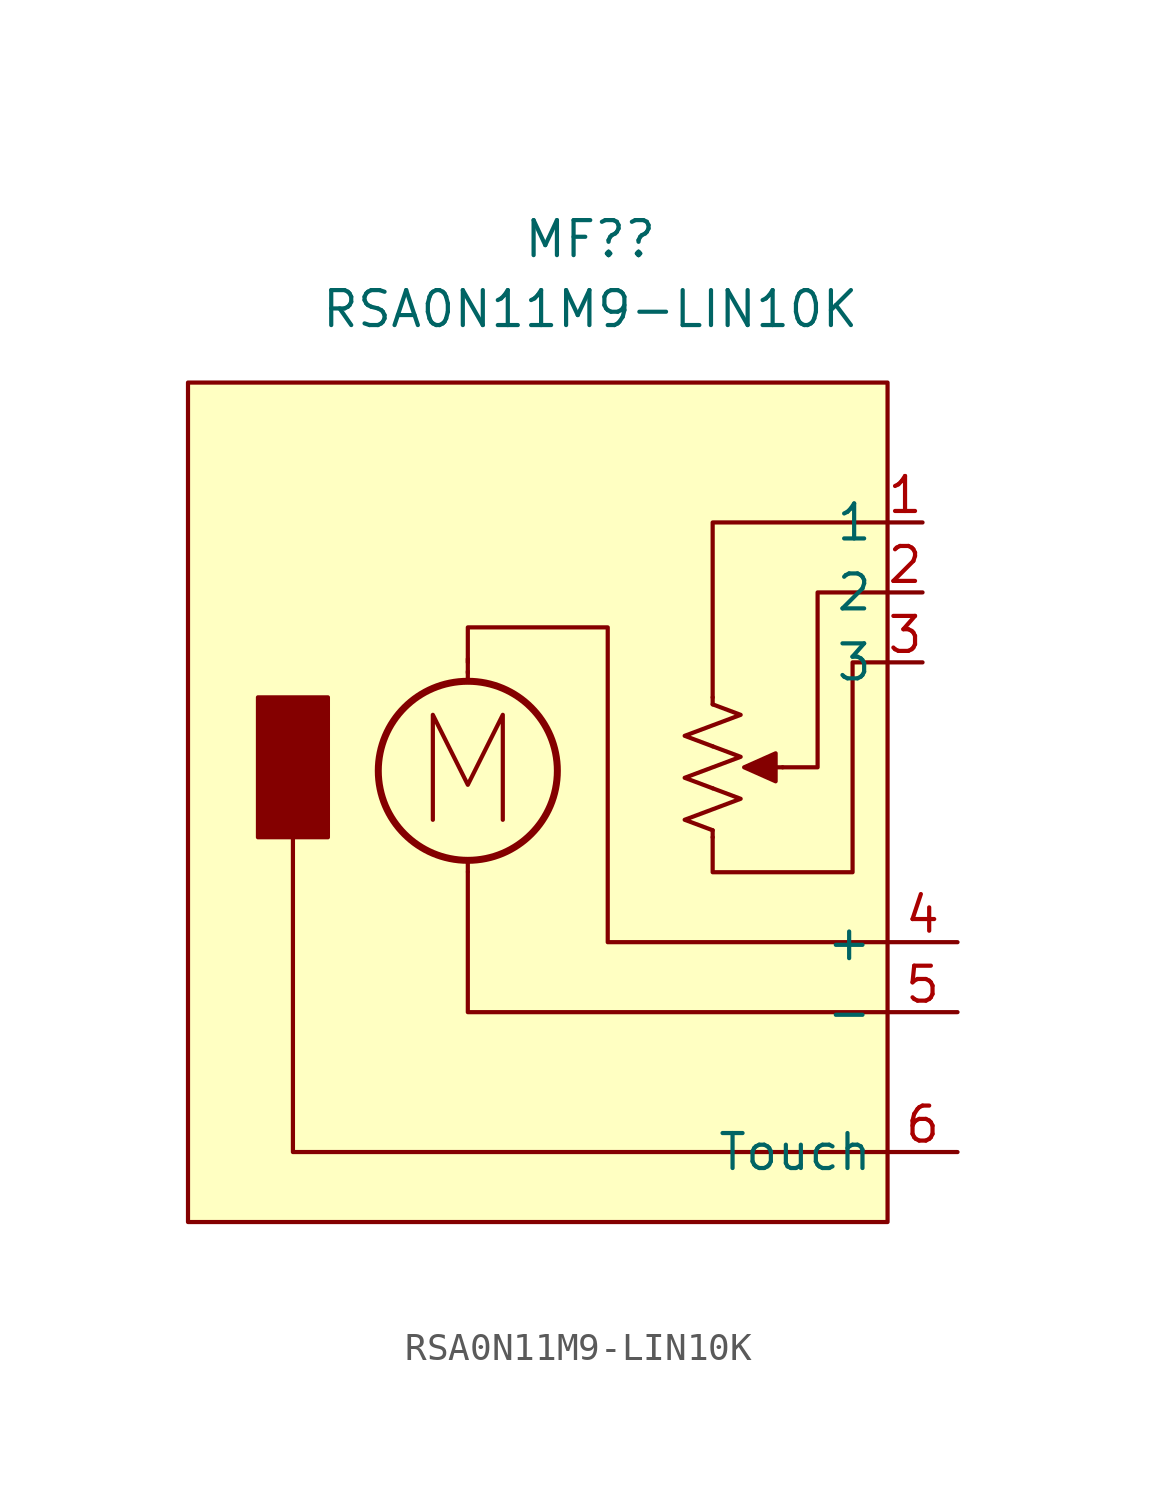
<source format=kicad_sym>
(kicad_symbol_lib
  (version 20211014)
  (generator kicad_symbol_editor)
  (symbol "RSA0N11M9-LIN10K"
    (property "Reference" "MF?"
      (at 3.175 19.177 0)
      (effects (font (size 1.27 1.27))))
    (property "Value" "RSA0N11M9-LIN10K"
      (at 3.175 16.637 0)
      (effects (font (size 1.27 1.27))))
    (symbol "RSA0N11M9-LIN10K_0_0"
      (polyline (pts (xy -2.54 -1.905) (xy -2.54 1.905) (xy -1.27 -0.635) (xy 0 1.905) (xy 0 -1.905)) (stroke (width 0) (type default) (color 0 0 0 0)) (fill (type none))))
    (symbol "RSA0N11M9-LIN10K_0_1"
      (rectangle (start -11.43 13.97) (end 13.97 -16.51) (stroke (width 0) (type default) (color 0 0 0 0)) (fill (type background)))
      (rectangle (start -8.89 2.54) (end -6.35 -2.54) (stroke (width 0) (type default) (color 0 0 0 0)) (fill (type outline)))
      (circle (center -1.27 -0.127) (radius 3.251) (stroke (width 0.254) (type default) (color 0 0 0 0)) (fill (type none)))
      (polyline (pts (xy -1.27 -3.378) (xy -1.27 -3.785)) (stroke (width 0) (type default) (color 0 0 0 0)) (fill (type none)))
      (polyline (pts (xy -1.27 3.124) (xy -1.27 3.48)) (stroke (width 0) (type default) (color 0 0 0 0)) (fill (type none)))
      (polyline (pts (xy -1.27 3.429) (xy -1.27 3.937)) (stroke (width 0) (type default) (color 0 0 0 0)) (fill (type none)))
      (polyline (pts (xy 7.62 -2.286) (xy 7.62 -2.54)) (stroke (width 0) (type default) (color 0 0 0 0)) (fill (type none)))
      (polyline (pts (xy 7.62 2.54) (xy 7.62 2.286)) (stroke (width 0) (type default) (color 0 0 0 0)) (fill (type none)))
      (polyline (pts (xy 10.16 0) (xy 9.144 0)) (stroke (width 0) (type default) (color 0 0 0 0)) (fill (type none)))
      (polyline (pts (xy -7.62 -2.54) (xy -7.62 -13.97) (xy 13.97 -13.97)) (stroke (width 0) (type default) (color 0 0 0 0)) (fill (type none)))
      (polyline (pts (xy -1.27 -3.81) (xy -1.27 -8.89) (xy 13.97 -8.89)) (stroke (width 0) (type default) (color 0 0 0 0)) (fill (type none)))
      (polyline (pts (xy 7.62 2.54) (xy 7.62 8.89) (xy 13.97 8.89)) (stroke (width 0) (type default) (color 0 0 0 0)) (fill (type none)))
      (polyline (pts (xy 8.763 0) (xy 9.906 0.508) (xy 9.906 -0.508) (xy 8.763 0)) (stroke (width 0) (type default) (color 0 0 0 0)) (fill (type outline)))
      (polyline (pts (xy 10.16 0) (xy 11.43 0) (xy 11.43 6.35) (xy 13.97 6.35)) (stroke (width 0) (type default) (color 0 0 0 0)) (fill (type none)))
      (polyline (pts (xy -1.27 3.81) (xy -1.27 5.08) (xy 3.81 5.08) (xy 3.81 -6.35) (xy 13.97 -6.35)) (stroke (width 0) (type default) (color 0 0 0 0)) (fill (type none)))
      (polyline (pts (xy 7.62 -2.54) (xy 7.62 -3.81) (xy 12.7 -3.81) (xy 12.7 3.81) (xy 13.97 3.81)) (stroke (width 0) (type default) (color 0 0 0 0)) (fill (type none)))
      (polyline (pts (xy 7.62 -0.762) (xy 8.636 -1.143) (xy 7.62 -1.524) (xy 6.604 -1.905) (xy 7.62 -2.286)) (stroke (width 0) (type default) (color 0 0 0 0)) (fill (type none)))
      (polyline (pts (xy 7.62 0.762) (xy 8.636 0.381) (xy 7.62 0) (xy 6.604 -0.381) (xy 7.62 -0.762)) (stroke (width 0) (type default) (color 0 0 0 0)) (fill (type none)))
      (polyline (pts (xy 7.62 2.286) (xy 8.636 1.905) (xy 7.62 1.524) (xy 6.604 1.143) (xy 7.62 0.762)) (stroke (width 0) (type default) (color 0 0 0 0)) (fill (type none))))
    (symbol "RSA0N11M9-LIN10K_1_1"
      (pin passive line (at 15.24 8.89 180) (length 1.27) (name "1" (effects (font (size 1.27 1.27)))) (number "1" (effects (font (size 1.27 1.27)))))
      (pin passive line (at 15.24 6.35 180) (length 1.27) (name "2" (effects (font (size 1.27 1.27)))) (number "2" (effects (font (size 1.27 1.27)))))
      (pin passive line (at 15.24 3.81 180) (length 1.27) (name "3" (effects (font (size 1.27 1.27)))) (number "3" (effects (font (size 1.27 1.27)))))
      (pin passive line (at 16.51 -6.35 180) (length 2.54) (name "+" (effects (font (size 1.27 1.27)))) (number "4" (effects (font (size 1.27 1.27)))))
      (pin passive line (at 16.51 -8.89 180) (length 2.54) (name "-" (effects (font (size 1.27 1.27)))) (number "5" (effects (font (size 1.27 1.27)))))
      (pin passive line (at 16.51 -13.97 180) (length 2.54) (name "Touch" (effects (font (size 1.27 1.27)))) (number "6" (effects (font (size 1.27 1.27))))))))
</source>
